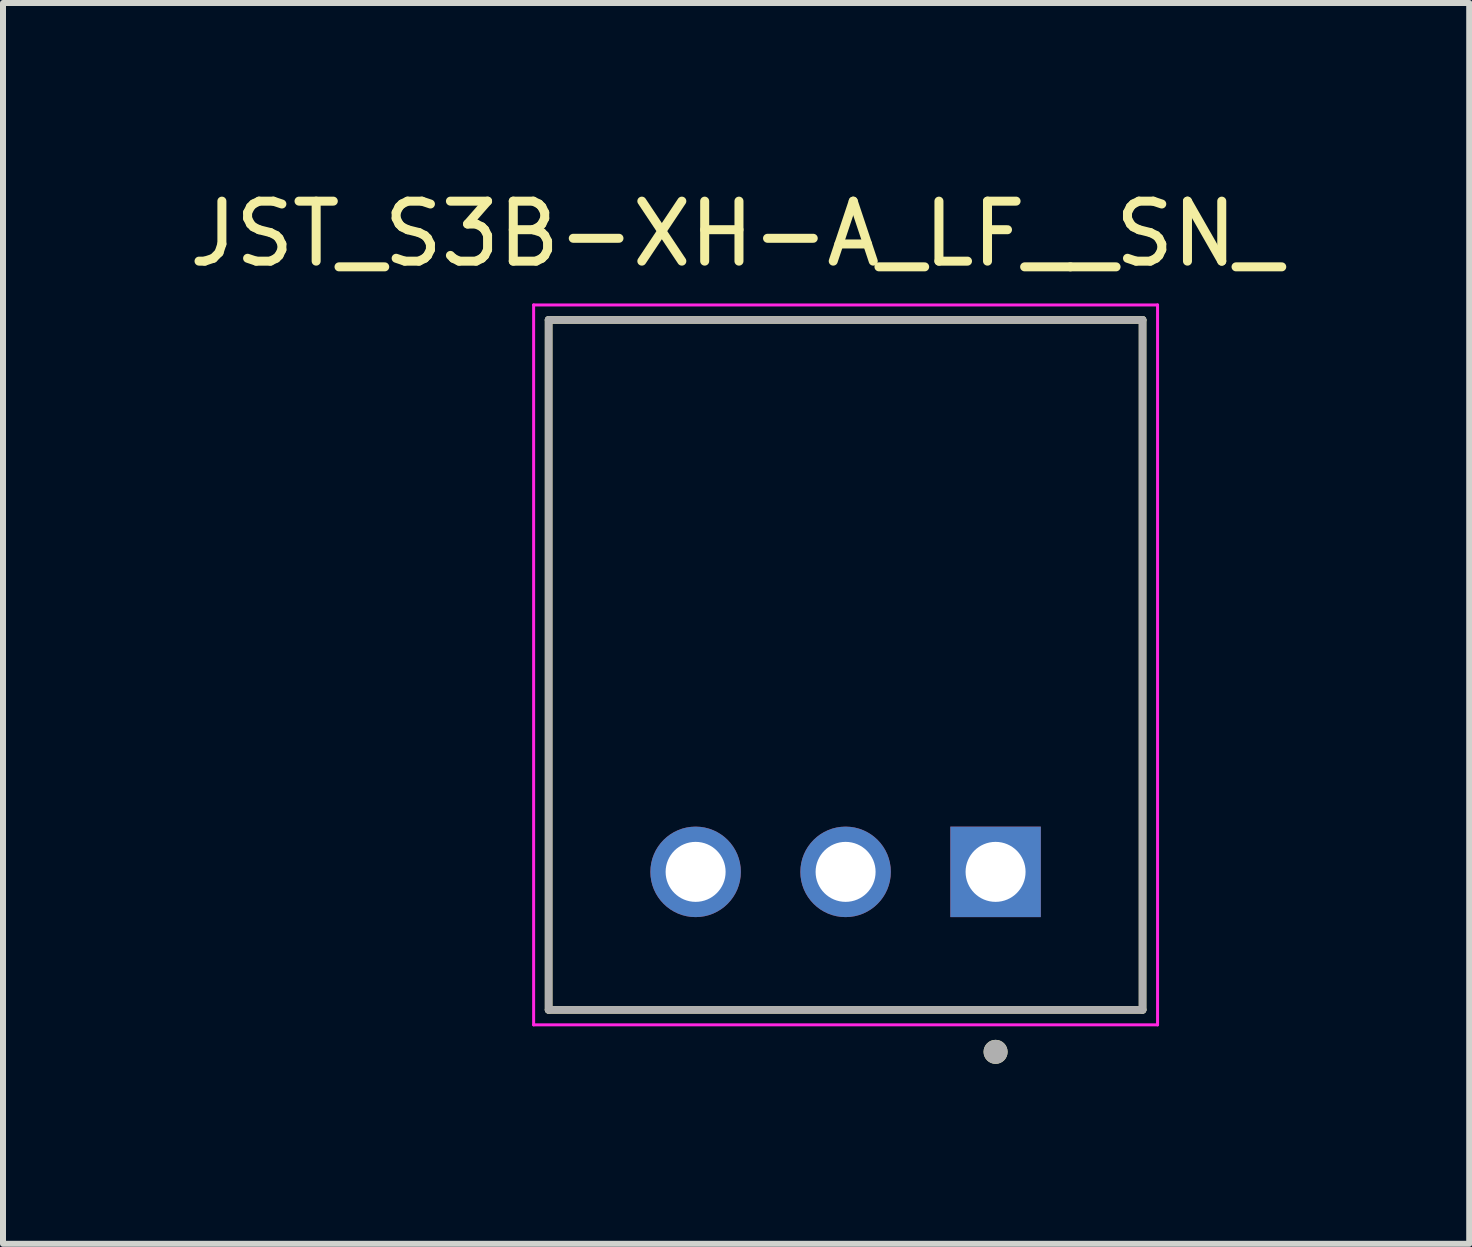
<source format=kicad_pcb>
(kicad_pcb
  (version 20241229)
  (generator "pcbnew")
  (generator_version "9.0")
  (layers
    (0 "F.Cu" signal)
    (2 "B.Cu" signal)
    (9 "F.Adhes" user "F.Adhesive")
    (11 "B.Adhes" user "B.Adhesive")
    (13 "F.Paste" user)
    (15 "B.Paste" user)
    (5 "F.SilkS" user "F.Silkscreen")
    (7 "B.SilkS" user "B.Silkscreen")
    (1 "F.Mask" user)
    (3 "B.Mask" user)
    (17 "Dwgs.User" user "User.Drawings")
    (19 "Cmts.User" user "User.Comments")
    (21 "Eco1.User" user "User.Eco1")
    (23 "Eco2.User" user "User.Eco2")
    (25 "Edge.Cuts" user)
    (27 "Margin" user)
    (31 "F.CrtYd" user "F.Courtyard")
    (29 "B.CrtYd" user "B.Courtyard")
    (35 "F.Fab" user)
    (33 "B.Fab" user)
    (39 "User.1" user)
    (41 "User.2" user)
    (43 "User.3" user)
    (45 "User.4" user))
  (footprint "JST_S3B-XH-A_LF__SN_"
    (layer "F.Cu")
    (at 11.045 8.033)
    (property "Reference" "JST_S3B-XH-A_LF__SN_" (at -1.825 -7.185 0) (layer "F.SilkS") (effects (font (size 1 1) (thickness 0.15))))
    (attr through_hole)
    (fp_line (start -4.95 -5.75) (end 4.95 -5.75) (stroke (width 0.127) (type solid)) (layer "F.SilkS"))
    (fp_line (start -4.95 5.75) (end -4.95 -5.75) (stroke (width 0.127) (type solid)) (layer "F.SilkS"))
    (fp_line (start 4.95 -5.75) (end 4.95 5.75) (stroke (width 0.127) (type solid)) (layer "F.SilkS"))
    (fp_line (start 4.95 5.75) (end -4.95 5.75) (stroke (width 0.127) (type solid)) (layer "F.SilkS"))
    (fp_circle (center 2.5 6.45) (end 2.6 6.45) (stroke (width 0.2) (type solid)) (fill no) (layer "F.SilkS"))
    (fp_line (start -5.2 -6) (end 5.2 -6) (stroke (width 0.05) (type solid)) (layer "F.CrtYd"))
    (fp_line (start -5.2 6) (end -5.2 -6) (stroke (width 0.05) (type solid)) (layer "F.CrtYd"))
    (fp_line (start 5.2 -6) (end 5.2 6) (stroke (width 0.05) (type solid)) (layer "F.CrtYd"))
    (fp_line (start 5.2 6) (end -5.2 6) (stroke (width 0.05) (type solid)) (layer "F.CrtYd"))
    (fp_line (start -4.95 -5.75) (end 4.95 -5.75) (stroke (width 0.127) (type solid)) (layer "F.Fab"))
    (fp_line (start -4.95 5.75) (end -4.95 -5.75) (stroke (width 0.127) (type solid)) (layer "F.Fab"))
    (fp_line (start 4.95 -5.75) (end 4.95 5.75) (stroke (width 0.127) (type solid)) (layer "F.Fab"))
    (fp_line (start 4.95 5.75) (end -4.95 5.75) (stroke (width 0.127) (type solid)) (layer "F.Fab"))
    (fp_circle (center 2.5 6.45) (end 2.6 6.45) (stroke (width 0.2) (type solid)) (fill no) (layer "F.Fab"))
    (pad "1" thru_hole rect (at 2.5 3.45) (size 1.508 1.508) (drill 1) (layers "*.Cu" "*.Mask"))
    (pad "2" thru_hole circle (at 0 3.45) (size 1.508 1.508) (drill 1) (layers "*.Cu" "*.Mask"))
    (pad "3" thru_hole circle (at -2.5 3.45) (size 1.508 1.508) (drill 1) (layers "*.Cu" "*.Mask")))
  (gr_rect
    (start -3 -3)
    (end 21.44 17.683)
    (stroke (width 0.1) (type default))
    (fill no)
    (layer "Edge.Cuts")))
</source>
